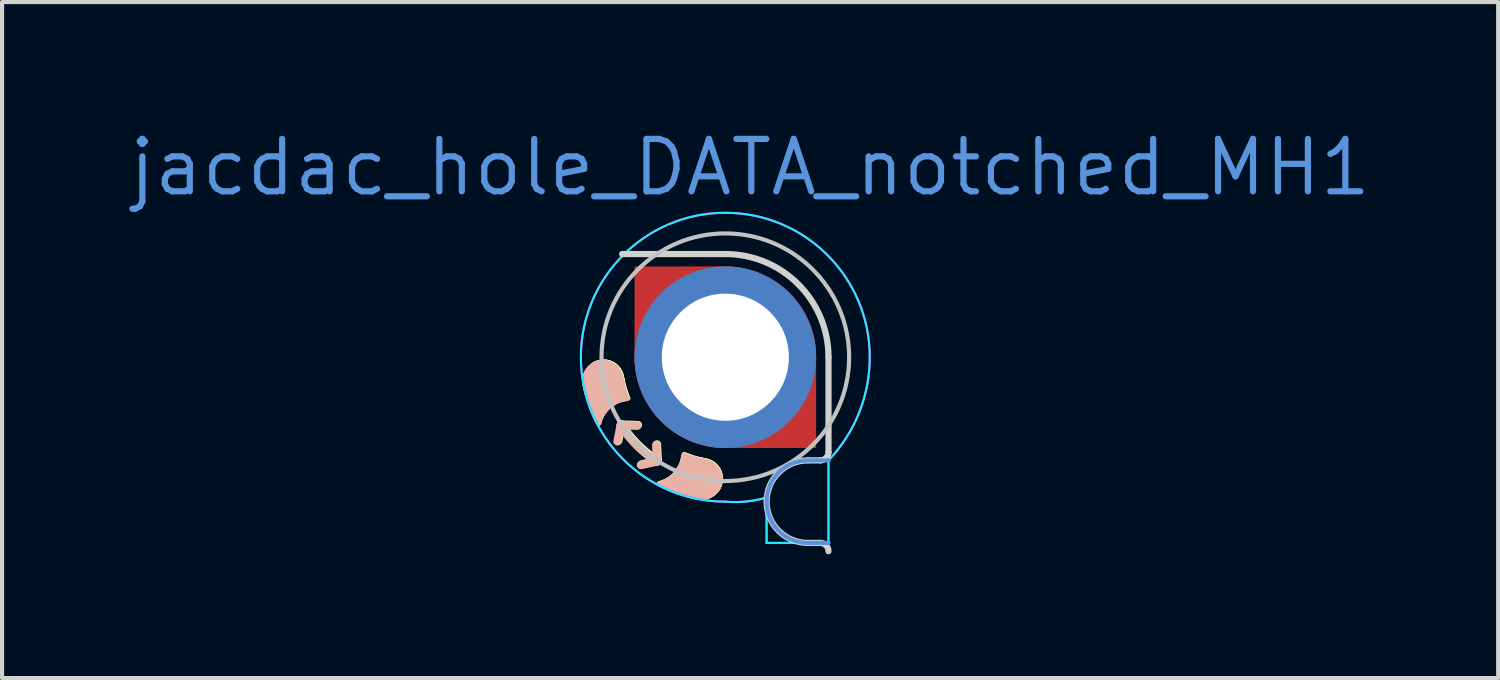
<source format=kicad_pcb>
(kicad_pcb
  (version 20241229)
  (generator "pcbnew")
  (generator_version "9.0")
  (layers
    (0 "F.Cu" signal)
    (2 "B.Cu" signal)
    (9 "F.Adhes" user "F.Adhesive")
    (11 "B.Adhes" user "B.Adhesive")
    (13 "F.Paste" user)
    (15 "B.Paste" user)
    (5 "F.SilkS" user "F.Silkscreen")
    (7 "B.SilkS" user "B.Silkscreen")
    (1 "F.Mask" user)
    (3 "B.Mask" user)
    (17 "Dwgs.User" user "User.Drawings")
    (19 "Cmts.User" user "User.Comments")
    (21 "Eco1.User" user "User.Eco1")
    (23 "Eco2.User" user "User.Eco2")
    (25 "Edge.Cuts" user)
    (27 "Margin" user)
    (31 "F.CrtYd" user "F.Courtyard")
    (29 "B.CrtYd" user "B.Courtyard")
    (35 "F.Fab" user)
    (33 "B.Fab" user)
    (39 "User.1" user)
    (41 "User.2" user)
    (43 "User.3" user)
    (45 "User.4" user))
  (footprint "jacdac_hole_DATA_notched_MH1"
    (layer "F.Cu")
    (at 14.526 5.606)
    (property "Reference" "jacdac_hole_DATA_notched_MH1" (at 0.6 -4.6 0) (layer "Cmts.User") (effects (font (size 1.27 1.27) (thickness 0.15))))
    (attr through_hole)
    (fp_poly (pts (arc (start 2.5 0) (mid 1.767767 -1.767767) (end 0 -2.5)) (xy -2.5 -2.5) (arc (start -2.5 0) (mid -1.767767 1.767767) (end 0 2.5)) (xy 2.5 2.5)) (stroke (width 0) (type solid)) (fill yes) (layer "F.Mask"))
    (fp_circle (center 0 0) (end 2.5 0) (stroke (width 0) (type solid)) (fill yes) (layer "B.Mask"))
    (fp_line (start -3.399 0.554) (end -3.399 0.576) (stroke (width 0.1) (type solid)) (layer "F.SilkS"))
    (fp_line (start -3.399 0.532) (end -3.399 0.554) (stroke (width 0.1) (type solid)) (layer "F.SilkS"))
    (fp_line (start -3.399 0.576) (end -3.397 0.599) (stroke (width 0.1) (type solid)) (layer "F.SilkS"))
    (fp_line (start -3.397 0.51) (end -3.399 0.532) (stroke (width 0.1) (type solid)) (layer "F.SilkS"))
    (fp_line (start -3.397 0.599) (end -3.394 0.622) (stroke (width 0.1) (type solid)) (layer "F.SilkS"))
    (fp_line (start -3.394 0.488) (end -3.397 0.51) (stroke (width 0.1) (type solid)) (layer "F.SilkS"))
    (fp_line (start -3.394 0.622) (end -3.368 0.749) (stroke (width 0.1) (type solid)) (layer "F.SilkS"))
    (fp_line (start -3.394 0.622) (end -3.39 0.644) (stroke (width 0.1) (type solid)) (layer "F.SilkS"))
    (fp_line (start -3.391 0.466) (end -3.394 0.488) (stroke (width 0.1) (type solid)) (layer "F.SilkS"))
    (fp_line (start -3.386 0.445) (end -3.391 0.466) (stroke (width 0.1) (type solid)) (layer "F.SilkS"))
    (fp_line (start -3.38 0.424) (end -3.386 0.445) (stroke (width 0.1) (type solid)) (layer "F.SilkS"))
    (fp_line (start -3.373 0.404) (end -3.38 0.424) (stroke (width 0.1) (type solid)) (layer "F.SilkS"))
    (fp_line (start -3.368 0.749) (end -3.338 0.875) (stroke (width 0.1) (type solid)) (layer "F.SilkS"))
    (fp_line (start -3.366 0.383) (end -3.373 0.404) (stroke (width 0.1) (type solid)) (layer "F.SilkS"))
    (fp_line (start -3.357 0.364) (end -3.366 0.383) (stroke (width 0.1) (type solid)) (layer "F.SilkS"))
    (fp_line (start -3.348 0.344) (end -3.357 0.364) (stroke (width 0.1) (type solid)) (layer "F.SilkS"))
    (fp_line (start -3.338 0.875) (end -3.302 0.999) (stroke (width 0.1) (type solid)) (layer "F.SilkS"))
    (fp_line (start -3.337 0.326) (end -3.348 0.344) (stroke (width 0.1) (type solid)) (layer "F.SilkS"))
    (fp_line (start -3.326 0.307) (end -3.337 0.326) (stroke (width 0.1) (type solid)) (layer "F.SilkS"))
    (fp_line (start -3.314 0.29) (end -3.326 0.307) (stroke (width 0.1) (type solid)) (layer "F.SilkS"))
    (fp_line (start -3.302 0.999) (end -3.263 1.122) (stroke (width 0.1) (type solid)) (layer "F.SilkS"))
    (fp_line (start -3.3 0.272) (end -3.314 0.29) (stroke (width 0.1) (type solid)) (layer "F.SilkS"))
    (fp_line (start -3.287 0.256) (end -3.3 0.272) (stroke (width 0.1) (type solid)) (layer "F.SilkS"))
    (fp_line (start -3.272 0.24) (end -3.287 0.256) (stroke (width 0.1) (type solid)) (layer "F.SilkS"))
    (fp_line (start -3.263 1.122) (end -3.218 1.244) (stroke (width 0.1) (type solid)) (layer "F.SilkS"))
    (fp_line (start -3.257 0.225) (end -3.272 0.24) (stroke (width 0.1) (type solid)) (layer "F.SilkS"))
    (fp_line (start -3.24 0.211) (end -3.257 0.225) (stroke (width 0.1) (type solid)) (layer "F.SilkS"))
    (fp_line (start -3.224 0.197) (end -3.24 0.211) (stroke (width 0.1) (type solid)) (layer "F.SilkS"))
    (fp_line (start -3.218 1.244) (end -3.169 1.363) (stroke (width 0.1) (type solid)) (layer "F.SilkS"))
    (fp_line (start -3.206 0.184) (end -3.224 0.197) (stroke (width 0.1) (type solid)) (layer "F.SilkS"))
    (fp_line (start -3.188 0.172) (end -3.206 0.184) (stroke (width 0.1) (type solid)) (layer "F.SilkS"))
    (fp_line (start -3.169 1.363) (end -3.116 1.481) (stroke (width 0.1) (type solid)) (layer "F.SilkS"))
    (fp_line (start -3.169 0.161) (end -3.188 0.172) (stroke (width 0.1) (type solid)) (layer "F.SilkS"))
    (fp_line (start -3.149 0.15) (end -3.169 0.161) (stroke (width 0.1) (type solid)) (layer "F.SilkS"))
    (fp_line (start -3.129 0.141) (end -3.149 0.15) (stroke (width 0.1) (type solid)) (layer "F.SilkS"))
    (fp_line (start -3.116 1.481) (end -3.058 1.597) (stroke (width 0.1) (type solid)) (layer "F.SilkS"))
    (fp_line (start -3.108 0.133) (end -3.129 0.141) (stroke (width 0.1) (type solid)) (layer "F.SilkS"))
    (fp_line (start -3.087 0.125) (end -3.108 0.133) (stroke (width 0.1) (type solid)) (layer "F.SilkS"))
    (fp_line (start -3.069 1.236) (end -3.069 1.261) (stroke (width 0.33) (type solid)) (layer "F.SilkS"))
    (fp_line (start -3.069 1.261) (end -3.066 1.286) (stroke (width 0.33) (type solid)) (layer "F.SilkS"))
    (fp_line (start -3.069 1.211) (end -3.069 1.236) (stroke (width 0.33) (type solid)) (layer "F.SilkS"))
    (fp_line (start -3.066 1.286) (end -3.062 1.311) (stroke (width 0.33) (type solid)) (layer "F.SilkS"))
    (fp_line (start -3.066 1.186) (end -3.069 1.211) (stroke (width 0.33) (type solid)) (layer "F.SilkS"))
    (fp_line (start -3.065 0.119) (end -3.087 0.125) (stroke (width 0.1) (type solid)) (layer "F.SilkS"))
    (fp_line (start -3.062 1.161) (end -3.066 1.186) (stroke (width 0.33) (type solid)) (layer "F.SilkS"))
    (fp_line (start -3.058 1.597) (end -3.058 1.597) (stroke (width 0.1) (type solid)) (layer "F.SilkS"))
    (fp_line (start -3.058 1.597) (end -3.049 1.566) (stroke (width 0.1) (type solid)) (layer "F.SilkS"))
    (fp_line (start -3.056 1.137) (end -3.062 1.161) (stroke (width 0.33) (type solid)) (layer "F.SilkS"))
    (fp_line (start -3.049 1.566) (end -3.04 1.536) (stroke (width 0.1) (type solid)) (layer "F.SilkS"))
    (fp_line (start -3.048 1.114) (end -3.056 1.137) (stroke (width 0.33) (type solid)) (layer "F.SilkS"))
    (fp_line (start -3.043 0.113) (end -3.065 0.119) (stroke (width 0.1) (type solid)) (layer "F.SilkS"))
    (fp_line (start -3.043 0.113) (end -3.043 0.113) (stroke (width 0.1) (type solid)) (layer "F.SilkS"))
    (fp_line (start -3.04 1.536) (end -3.029 1.506) (stroke (width 0.1) (type solid)) (layer "F.SilkS"))
    (fp_line (start -3.039 1.09) (end -3.048 1.114) (stroke (width 0.33) (type solid)) (layer "F.SilkS"))
    (fp_line (start -3.029 1.506) (end -3.017 1.477) (stroke (width 0.1) (type solid)) (layer "F.SilkS"))
    (fp_line (start -3.029 1.068) (end -3.039 1.09) (stroke (width 0.33) (type solid)) (layer "F.SilkS"))
    (fp_line (start -3.02 0.109) (end -3.043 0.113) (stroke (width 0.1) (type solid)) (layer "F.SilkS"))
    (fp_line (start -3.017 1.477) (end -3.005 1.448) (stroke (width 0.1) (type solid)) (layer "F.SilkS"))
    (fp_line (start -3.017 1.046) (end -3.029 1.068) (stroke (width 0.33) (type solid)) (layer "F.SilkS"))
    (fp_line (start -3.005 1.448) (end -2.991 1.42) (stroke (width 0.1) (type solid)) (layer "F.SilkS"))
    (fp_line (start -3.003 1.025) (end -3.017 1.046) (stroke (width 0.33) (type solid)) (layer "F.SilkS"))
    (fp_line (start -2.997 0.106) (end -3.02 0.109) (stroke (width 0.1) (type solid)) (layer "F.SilkS"))
    (fp_line (start -2.991 1.42) (end -2.976 1.393) (stroke (width 0.1) (type solid)) (layer "F.SilkS"))
    (fp_line (start -2.988 1.005) (end -3.003 1.025) (stroke (width 0.33) (type solid)) (layer "F.SilkS"))
    (fp_line (start -2.976 1.393) (end -2.96 1.367) (stroke (width 0.1) (type solid)) (layer "F.SilkS"))
    (fp_line (start -2.975 0.104) (end -2.997 0.106) (stroke (width 0.1) (type solid)) (layer "F.SilkS"))
    (fp_line (start -2.971 0.986) (end -2.988 1.005) (stroke (width 0.33) (type solid)) (layer "F.SilkS"))
    (fp_line (start -2.96 1.367) (end -2.943 1.341) (stroke (width 0.1) (type solid)) (layer "F.SilkS"))
    (fp_line (start -2.954 0.968) (end -2.971 0.986) (stroke (width 0.33) (type solid)) (layer "F.SilkS"))
    (fp_line (start -2.952 0.104) (end -2.975 0.104) (stroke (width 0.1) (type solid)) (layer "F.SilkS"))
    (fp_line (start -2.947 0.566) (end -2.94 0.603) (stroke (width 1) (type solid)) (layer "F.SilkS"))
    (fp_line (start -2.943 1.341) (end -2.925 1.316) (stroke (width 0.1) (type solid)) (layer "F.SilkS"))
    (fp_line (start -2.94 0.603) (end -2.932 0.639) (stroke (width 1) (type solid)) (layer "F.SilkS"))
    (fp_line (start -2.934 0.951) (end -2.954 0.968) (stroke (width 0.33) (type solid)) (layer "F.SilkS"))
    (fp_line (start -2.934 0.951) (end -2.934 0.951) (stroke (width 0.33) (type solid)) (layer "F.SilkS"))
    (fp_line (start -2.932 0.639) (end -2.924 0.675) (stroke (width 1) (type solid)) (layer "F.SilkS"))
    (fp_line (start -2.93 0.104) (end -2.952 0.104) (stroke (width 0.1) (type solid)) (layer "F.SilkS"))
    (fp_line (start -2.925 1.316) (end -2.907 1.291) (stroke (width 0.1) (type solid)) (layer "F.SilkS"))
    (fp_line (start -2.924 0.675) (end -2.915 0.711) (stroke (width 1) (type solid)) (layer "F.SilkS"))
    (fp_line (start -2.914 0.936) (end -2.934 0.951) (stroke (width 0.33) (type solid)) (layer "F.SilkS"))
    (fp_line (start -2.908 0.105) (end -2.93 0.104) (stroke (width 0.1) (type solid)) (layer "F.SilkS"))
    (fp_line (start -2.907 1.291) (end -2.887 1.268) (stroke (width 0.1) (type solid)) (layer "F.SilkS"))
    (fp_line (start -2.893 0.922) (end -2.914 0.936) (stroke (width 0.33) (type solid)) (layer "F.SilkS"))
    (fp_line (start -2.887 1.268) (end -2.866 1.245) (stroke (width 0.1) (type solid)) (layer "F.SilkS"))
    (fp_line (start -2.886 0.108) (end -2.908 0.105) (stroke (width 0.1) (type solid)) (layer "F.SilkS"))
    (fp_line (start -2.871 0.909) (end -2.893 0.922) (stroke (width 0.33) (type solid)) (layer "F.SilkS"))
    (fp_line (start -2.866 1.245) (end -2.845 1.223) (stroke (width 0.1) (type solid)) (layer "F.SilkS"))
    (fp_line (start -2.865 0.111) (end -2.886 0.108) (stroke (width 0.1) (type solid)) (layer "F.SilkS"))
    (fp_line (start -2.848 0.898) (end -2.871 0.909) (stroke (width 0.33) (type solid)) (layer "F.SilkS"))
    (fp_line (start -2.845 1.223) (end -2.823 1.202) (stroke (width 0.1) (type solid)) (layer "F.SilkS"))
    (fp_line (start -2.843 0.116) (end -2.865 0.111) (stroke (width 0.1) (type solid)) (layer "F.SilkS"))
    (fp_line (start -2.825 0.889) (end -2.848 0.898) (stroke (width 0.33) (type solid)) (layer "F.SilkS"))
    (fp_line (start -2.823 1.202) (end -2.8 1.181) (stroke (width 0.1) (type solid)) (layer "F.SilkS"))
    (fp_line (start -2.822 0.122) (end -2.843 0.116) (stroke (width 0.1) (type solid)) (layer "F.SilkS"))
    (fp_line (start -2.802 0.128) (end -2.822 0.122) (stroke (width 0.1) (type solid)) (layer "F.SilkS"))
    (fp_line (start -2.802 0.881) (end -2.825 0.889) (stroke (width 0.33) (type solid)) (layer "F.SilkS"))
    (fp_line (start -2.8 1.181) (end -2.776 1.162) (stroke (width 0.1) (type solid)) (layer "F.SilkS"))
    (fp_line (start -2.782 0.136) (end -2.802 0.128) (stroke (width 0.1) (type solid)) (layer "F.SilkS"))
    (fp_line (start -2.777 0.875) (end -2.802 0.881) (stroke (width 0.33) (type solid)) (layer "F.SilkS"))
    (fp_line (start -2.776 1.162) (end -2.752 1.144) (stroke (width 0.1) (type solid)) (layer "F.SilkS"))
    (fp_line (start -2.762 0.144) (end -2.782 0.136) (stroke (width 0.1) (type solid)) (layer "F.SilkS"))
    (fp_line (start -2.753 0.871) (end -2.777 0.875) (stroke (width 0.33) (type solid)) (layer "F.SilkS"))
    (fp_line (start -2.752 1.144) (end -2.727 1.126) (stroke (width 0.1) (type solid)) (layer "F.SilkS"))
    (fp_line (start -2.742 0.154) (end -2.762 0.144) (stroke (width 0.1) (type solid)) (layer "F.SilkS"))
    (fp_line (start -2.728 0.868) (end -2.753 0.871) (stroke (width 0.33) (type solid)) (layer "F.SilkS"))
    (fp_line (start -2.727 1.126) (end -2.701 1.109) (stroke (width 0.1) (type solid)) (layer "F.SilkS"))
    (fp_line (start -2.724 0.164) (end -2.742 0.154) (stroke (width 0.1) (type solid)) (layer "F.SilkS"))
    (fp_line (start -2.705 0.175) (end -2.724 0.164) (stroke (width 0.1) (type solid)) (layer "F.SilkS"))
    (fp_line (start -2.704 0.867) (end -2.728 0.868) (stroke (width 0.33) (type solid)) (layer "F.SilkS"))
    (fp_line (start -2.701 1.109) (end -2.675 1.094) (stroke (width 0.1) (type solid)) (layer "F.SilkS"))
    (fp_line (start -2.687 0.187) (end -2.705 0.175) (stroke (width 0.1) (type solid)) (layer "F.SilkS"))
    (fp_line (start -2.679 0.868) (end -2.704 0.867) (stroke (width 0.33) (type solid)) (layer "F.SilkS"))
    (fp_line (start -2.675 1.094) (end -2.648 1.079) (stroke (width 0.1) (type solid)) (layer "F.SilkS"))
    (fp_line (start -2.67 0.2) (end -2.687 0.187) (stroke (width 0.1) (type solid)) (layer "F.SilkS"))
    (fp_line (start -2.654 0.87) (end -2.679 0.868) (stroke (width 0.33) (type solid)) (layer "F.SilkS"))
    (fp_line (start -2.654 0.214) (end -2.67 0.2) (stroke (width 0.1) (type solid)) (layer "F.SilkS"))
    (fp_line (start -2.648 1.079) (end -2.62 1.066) (stroke (width 0.1) (type solid)) (layer "F.SilkS"))
    (fp_line (start -2.638 0.229) (end -2.654 0.214) (stroke (width 0.1) (type solid)) (layer "F.SilkS"))
    (fp_line (start -2.629 0.874) (end -2.654 0.87) (stroke (width 0.33) (type solid)) (layer "F.SilkS"))
    (fp_line (start -2.622 0.244) (end -2.638 0.229) (stroke (width 0.1) (type solid)) (layer "F.SilkS"))
    (fp_line (start -2.62 1.066) (end -2.592 1.053) (stroke (width 0.1) (type solid)) (layer "F.SilkS"))
    (fp_line (start -2.608 0.26) (end -2.622 0.244) (stroke (width 0.1) (type solid)) (layer "F.SilkS"))
    (fp_line (start -2.605 0.879) (end -2.629 0.874) (stroke (width 0.33) (type solid)) (layer "F.SilkS"))
    (fp_line (start -2.594 0.277) (end -2.608 0.26) (stroke (width 0.1) (type solid)) (layer "F.SilkS"))
    (fp_line (start -2.594 2.023) (end -2.518 1.63) (stroke (width 0.2) (type solid)) (layer "F.SilkS"))
    (fp_line (start -2.592 1.053) (end -2.563 1.042) (stroke (width 0.1) (type solid)) (layer "F.SilkS"))
    (fp_line (start -2.581 0.294) (end -2.594 0.277) (stroke (width 0.1) (type solid)) (layer "F.SilkS"))
    (fp_line (start -2.58 0.887) (end -2.605 0.879) (stroke (width 0.33) (type solid)) (layer "F.SilkS"))
    (fp_line (start -2.569 0.312) (end -2.581 0.294) (stroke (width 0.1) (type solid)) (layer "F.SilkS"))
    (fp_line (start -2.563 1.042) (end -2.534 1.031) (stroke (width 0.1) (type solid)) (layer "F.SilkS"))
    (fp_line (start -2.558 0.331) (end -2.569 0.312) (stroke (width 0.1) (type solid)) (layer "F.SilkS"))
    (fp_line (start -2.556 0.896) (end -2.58 0.887) (stroke (width 0.33) (type solid)) (layer "F.SilkS"))
    (fp_line (start -2.547 0.351) (end -2.558 0.331) (stroke (width 0.1) (type solid)) (layer "F.SilkS"))
    (fp_line (start -2.538 0.371) (end -2.547 0.351) (stroke (width 0.1) (type solid)) (layer "F.SilkS"))
    (fp_line (start -2.534 1.031) (end -2.504 1.022) (stroke (width 0.1) (type solid)) (layer "F.SilkS"))
    (fp_line (start -2.529 0.392) (end -2.538 0.371) (stroke (width 0.1) (type solid)) (layer "F.SilkS"))
    (fp_line (start -2.522 0.413) (end -2.529 0.392) (stroke (width 0.1) (type solid)) (layer "F.SilkS"))
    (fp_line (start -2.518 1.63) (end -2.474 1.696) (stroke (width 0.2) (type solid)) (layer "F.SilkS"))
    (fp_line (start -2.518 1.63) (end -2.118 1.644) (stroke (width 0.2) (type solid)) (layer "F.SilkS"))
    (fp_line (start -2.515 0.435) (end -2.522 0.413) (stroke (width 0.1) (type solid)) (layer "F.SilkS"))
    (fp_line (start -2.51 0.457) (end -2.515 0.435) (stroke (width 0.1) (type solid)) (layer "F.SilkS"))
    (fp_line (start -2.51 0.457) (end -2.497 0.523) (stroke (width 0.1) (type solid)) (layer "F.SilkS"))
    (fp_line (start -2.504 1.022) (end -2.474 1.014) (stroke (width 0.1) (type solid)) (layer "F.SilkS"))
    (fp_line (start -2.497 0.523) (end -2.482 0.588) (stroke (width 0.1) (type solid)) (layer "F.SilkS"))
    (fp_line (start -2.482 0.588) (end -2.466 0.653) (stroke (width 0.1) (type solid)) (layer "F.SilkS"))
    (fp_line (start -2.474 1.696) (end -2.428 1.76) (stroke (width 0.2) (type solid)) (layer "F.SilkS"))
    (fp_line (start -2.474 1.014) (end -2.443 1.007) (stroke (width 0.1) (type solid)) (layer "F.SilkS"))
    (fp_line (start -2.466 0.653) (end -2.448 0.717) (stroke (width 0.1) (type solid)) (layer "F.SilkS"))
    (fp_line (start -2.448 0.717) (end -2.428 0.781) (stroke (width 0.1) (type solid)) (layer "F.SilkS"))
    (fp_line (start -2.443 1.007) (end -2.412 1.001) (stroke (width 0.1) (type solid)) (layer "F.SilkS"))
    (fp_line (start -2.428 1.76) (end -2.381 1.823) (stroke (width 0.2) (type solid)) (layer "F.SilkS"))
    (fp_line (start -2.428 0.781) (end -2.406 0.844) (stroke (width 0.1) (type solid)) (layer "F.SilkS"))
    (fp_line (start -2.412 1.001) (end -2.38 0.997) (stroke (width 0.1) (type solid)) (layer "F.SilkS"))
    (fp_line (start -2.406 0.844) (end -2.383 0.907) (stroke (width 0.1) (type solid)) (layer "F.SilkS"))
    (fp_line (start -2.383 0.907) (end -2.359 0.969) (stroke (width 0.1) (type solid)) (layer "F.SilkS"))
    (fp_line (start -2.381 1.823) (end -2.333 1.885) (stroke (width 0.2) (type solid)) (layer "F.SilkS"))
    (fp_line (start -2.38 0.997) (end -2.349 0.993) (stroke (width 0.1) (type solid)) (layer "F.SilkS"))
    (fp_line (start -2.333 1.885) (end -2.283 1.945) (stroke (width 0.2) (type solid)) (layer "F.SilkS"))
    (fp_line (start -2.283 1.945) (end -2.231 2.004) (stroke (width 0.2) (type solid)) (layer "F.SilkS"))
    (fp_line (start -2.231 2.004) (end -2.178 2.061) (stroke (width 0.2) (type solid)) (layer "F.SilkS"))
    (fp_line (start -2.178 2.061) (end -2.123 2.118) (stroke (width 0.2) (type solid)) (layer "F.SilkS"))
    (fp_line (start -2.123 2.118) (end -2.067 2.172) (stroke (width 0.2) (type solid)) (layer "F.SilkS"))
    (fp_line (start -2.067 2.172) (end -2.009 2.226) (stroke (width 0.2) (type solid)) (layer "F.SilkS"))
    (fp_line (start -2.009 2.226) (end -1.95 2.277) (stroke (width 0.2) (type solid)) (layer "F.SilkS"))
    (fp_line (start -1.95 2.277) (end -1.89 2.327) (stroke (width 0.2) (type solid)) (layer "F.SilkS"))
    (fp_line (start -1.89 2.327) (end -1.828 2.376) (stroke (width 0.2) (type solid)) (layer "F.SilkS"))
    (fp_line (start -1.828 2.376) (end -1.765 2.423) (stroke (width 0.2) (type solid)) (layer "F.SilkS"))
    (fp_line (start -1.765 2.423) (end -1.701 2.469) (stroke (width 0.2) (type solid)) (layer "F.SilkS"))
    (fp_line (start -1.701 2.469) (end -1.635 2.512) (stroke (width 0.2) (type solid)) (layer "F.SilkS"))
    (fp_line (start -1.635 2.512) (end -2.027 2.596) (stroke (width 0.2) (type solid)) (layer "F.SilkS"))
    (fp_line (start -1.635 2.512) (end -1.656 2.113) (stroke (width 0.2) (type solid)) (layer "F.SilkS"))
    (fp_line (start -1.602 3.053) (end -1.571 3.044) (stroke (width 0.1) (type solid)) (layer "F.SilkS"))
    (fp_line (start -1.602 3.053) (end -1.486 3.11) (stroke (width 0.1) (type solid)) (layer "F.SilkS"))
    (fp_line (start -1.571 3.044) (end -1.541 3.035) (stroke (width 0.1) (type solid)) (layer "F.SilkS"))
    (fp_line (start -1.541 3.035) (end -1.511 3.024) (stroke (width 0.1) (type solid)) (layer "F.SilkS"))
    (fp_line (start -1.511 3.024) (end -1.482 3.012) (stroke (width 0.1) (type solid)) (layer "F.SilkS"))
    (fp_line (start -1.486 3.11) (end -1.369 3.164) (stroke (width 0.1) (type solid)) (layer "F.SilkS"))
    (fp_line (start -1.482 3.012) (end -1.454 2.999) (stroke (width 0.1) (type solid)) (layer "F.SilkS"))
    (fp_line (start -1.454 2.999) (end -1.426 2.986) (stroke (width 0.1) (type solid)) (layer "F.SilkS"))
    (fp_line (start -1.426 2.986) (end -1.398 2.971) (stroke (width 0.1) (type solid)) (layer "F.SilkS"))
    (fp_line (start -1.398 2.971) (end -1.372 2.955) (stroke (width 0.1) (type solid)) (layer "F.SilkS"))
    (fp_line (start -1.372 2.955) (end -1.346 2.938) (stroke (width 0.1) (type solid)) (layer "F.SilkS"))
    (fp_line (start -1.369 3.164) (end -1.249 3.213) (stroke (width 0.1) (type solid)) (layer "F.SilkS"))
    (fp_line (start -1.346 2.938) (end -1.321 2.92) (stroke (width 0.1) (type solid)) (layer "F.SilkS"))
    (fp_line (start -1.321 2.92) (end -1.296 2.901) (stroke (width 0.1) (type solid)) (layer "F.SilkS"))
    (fp_line (start -1.317 3.057) (end -1.291 3.061) (stroke (width 0.33) (type solid)) (layer "F.SilkS"))
    (fp_line (start -1.296 2.901) (end -1.273 2.882) (stroke (width 0.1) (type solid)) (layer "F.SilkS"))
    (fp_line (start -1.291 3.061) (end -1.266 3.064) (stroke (width 0.33) (type solid)) (layer "F.SilkS"))
    (fp_line (start -1.273 2.882) (end -1.25 2.861) (stroke (width 0.1) (type solid)) (layer "F.SilkS"))
    (fp_line (start -1.266 3.064) (end -1.241 3.064) (stroke (width 0.33) (type solid)) (layer "F.SilkS"))
    (fp_line (start -1.25 2.861) (end -1.228 2.84) (stroke (width 0.1) (type solid)) (layer "F.SilkS"))
    (fp_line (start -1.249 3.213) (end -1.128 3.257) (stroke (width 0.1) (type solid)) (layer "F.SilkS"))
    (fp_line (start -1.241 3.064) (end -1.216 3.063) (stroke (width 0.33) (type solid)) (layer "F.SilkS"))
    (fp_line (start -1.228 2.84) (end -1.207 2.818) (stroke (width 0.1) (type solid)) (layer "F.SilkS"))
    (fp_line (start -1.216 3.063) (end -1.191 3.061) (stroke (width 0.33) (type solid)) (layer "F.SilkS"))
    (fp_line (start -1.207 2.818) (end -1.187 2.795) (stroke (width 0.1) (type solid)) (layer "F.SilkS"))
    (fp_line (start -1.191 3.061) (end -1.167 3.056) (stroke (width 0.33) (type solid)) (layer "F.SilkS"))
    (fp_line (start -1.187 2.795) (end -1.167 2.771) (stroke (width 0.1) (type solid)) (layer "F.SilkS"))
    (fp_line (start -1.167 2.771) (end -1.149 2.747) (stroke (width 0.1) (type solid)) (layer "F.SilkS"))
    (fp_line (start -1.167 3.056) (end -1.142 3.051) (stroke (width 0.33) (type solid)) (layer "F.SilkS"))
    (fp_line (start -1.149 2.747) (end -1.131 2.722) (stroke (width 0.1) (type solid)) (layer "F.SilkS"))
    (fp_line (start -1.142 3.051) (end -1.119 3.043) (stroke (width 0.33) (type solid)) (layer "F.SilkS"))
    (fp_line (start -1.131 2.722) (end -1.115 2.696) (stroke (width 0.1) (type solid)) (layer "F.SilkS"))
    (fp_line (start -1.128 3.257) (end -1.005 3.297) (stroke (width 0.1) (type solid)) (layer "F.SilkS"))
    (fp_line (start -1.119 3.043) (end -1.096 3.034) (stroke (width 0.33) (type solid)) (layer "F.SilkS"))
    (fp_line (start -1.115 2.696) (end -1.099 2.669) (stroke (width 0.1) (type solid)) (layer "F.SilkS"))
    (fp_line (start -1.099 2.669) (end -1.084 2.642) (stroke (width 0.1) (type solid)) (layer "F.SilkS"))
    (fp_line (start -1.096 3.034) (end -1.073 3.023) (stroke (width 0.33) (type solid)) (layer "F.SilkS"))
    (fp_line (start -1.084 2.642) (end -1.071 2.615) (stroke (width 0.1) (type solid)) (layer "F.SilkS"))
    (fp_line (start -1.073 3.023) (end -1.051 3.011) (stroke (width 0.33) (type solid)) (layer "F.SilkS"))
    (fp_line (start -1.071 2.615) (end -1.058 2.586) (stroke (width 0.1) (type solid)) (layer "F.SilkS"))
    (fp_line (start -1.058 2.586) (end -1.047 2.558) (stroke (width 0.1) (type solid)) (layer "F.SilkS"))
    (fp_line (start -1.051 3.011) (end -1.031 2.998) (stroke (width 0.33) (type solid)) (layer "F.SilkS"))
    (fp_line (start -1.047 2.558) (end -1.037 2.528) (stroke (width 0.1) (type solid)) (layer "F.SilkS"))
    (fp_line (start -1.037 2.528) (end -1.027 2.499) (stroke (width 0.1) (type solid)) (layer "F.SilkS"))
    (fp_line (start -1.031 2.998) (end -1.01 2.983) (stroke (width 0.33) (type solid)) (layer "F.SilkS"))
    (fp_line (start -1.027 2.499) (end -1.019 2.468) (stroke (width 0.1) (type solid)) (layer "F.SilkS"))
    (fp_line (start -1.019 2.468) (end -1.012 2.438) (stroke (width 0.1) (type solid)) (layer "F.SilkS"))
    (fp_line (start -1.012 2.438) (end -1.006 2.407) (stroke (width 0.1) (type solid)) (layer "F.SilkS"))
    (fp_line (start -1.01 2.983) (end -0.991 2.966) (stroke (width 0.33) (type solid)) (layer "F.SilkS"))
    (fp_line (start -1.006 2.407) (end -1.002 2.375) (stroke (width 0.1) (type solid)) (layer "F.SilkS"))
    (fp_line (start -1.005 3.297) (end -0.88 3.333) (stroke (width 0.1) (type solid)) (layer "F.SilkS"))
    (fp_line (start -1.002 2.375) (end -0.999 2.343) (stroke (width 0.1) (type solid)) (layer "F.SilkS"))
    (fp_line (start -0.991 2.966) (end -0.973 2.948) (stroke (width 0.33) (type solid)) (layer "F.SilkS"))
    (fp_line (start -0.974 2.353) (end -0.912 2.378) (stroke (width 0.1) (type solid)) (layer "F.SilkS"))
    (fp_line (start -0.973 2.948) (end -0.956 2.929) (stroke (width 0.33) (type solid)) (layer "F.SilkS"))
    (fp_line (start -0.956 2.929) (end -0.956 2.929) (stroke (width 0.33) (type solid)) (layer "F.SilkS"))
    (fp_line (start -0.956 2.929) (end -0.941 2.909) (stroke (width 0.33) (type solid)) (layer "F.SilkS"))
    (fp_line (start -0.941 2.909) (end -0.927 2.888) (stroke (width 0.33) (type solid)) (layer "F.SilkS"))
    (fp_line (start -0.927 2.888) (end -0.914 2.866) (stroke (width 0.33) (type solid)) (layer "F.SilkS"))
    (fp_line (start -0.914 2.866) (end -0.903 2.843) (stroke (width 0.33) (type solid)) (layer "F.SilkS"))
    (fp_line (start -0.912 2.378) (end -0.849 2.401) (stroke (width 0.1) (type solid)) (layer "F.SilkS"))
    (fp_line (start -0.903 2.843) (end -0.894 2.82) (stroke (width 0.33) (type solid)) (layer "F.SilkS"))
    (fp_line (start -0.894 2.82) (end -0.887 2.796) (stroke (width 0.33) (type solid)) (layer "F.SilkS"))
    (fp_line (start -0.892 2.575) (end -0.901 2.551) (stroke (width 0.33) (type solid)) (layer "F.SilkS"))
    (fp_line (start -0.887 2.796) (end -0.881 2.772) (stroke (width 0.33) (type solid)) (layer "F.SilkS"))
    (fp_line (start -0.885 2.599) (end -0.892 2.575) (stroke (width 0.33) (type solid)) (layer "F.SilkS"))
    (fp_line (start -0.881 2.772) (end -0.876 2.748) (stroke (width 0.33) (type solid)) (layer "F.SilkS"))
    (fp_line (start -0.88 3.333) (end -0.754 3.363) (stroke (width 0.1) (type solid)) (layer "F.SilkS"))
    (fp_line (start -0.879 2.624) (end -0.885 2.599) (stroke (width 0.33) (type solid)) (layer "F.SilkS"))
    (fp_line (start -0.876 2.748) (end -0.873 2.723) (stroke (width 0.33) (type solid)) (layer "F.SilkS"))
    (fp_line (start -0.875 2.649) (end -0.879 2.624) (stroke (width 0.33) (type solid)) (layer "F.SilkS"))
    (fp_line (start -0.873 2.723) (end -0.872 2.698) (stroke (width 0.33) (type solid)) (layer "F.SilkS"))
    (fp_line (start -0.873 2.674) (end -0.875 2.649) (stroke (width 0.33) (type solid)) (layer "F.SilkS"))
    (fp_line (start -0.872 2.698) (end -0.873 2.674) (stroke (width 0.33) (type solid)) (layer "F.SilkS"))
    (fp_line (start -0.849 2.401) (end -0.786 2.423) (stroke (width 0.1) (type solid)) (layer "F.SilkS"))
    (fp_line (start -0.786 2.423) (end -0.722 2.442) (stroke (width 0.1) (type solid)) (layer "F.SilkS"))
    (fp_line (start -0.754 3.363) (end -0.628 3.389) (stroke (width 0.1) (type solid)) (layer "F.SilkS"))
    (fp_line (start -0.722 2.442) (end -0.658 2.46) (stroke (width 0.1) (type solid)) (layer "F.SilkS"))
    (fp_line (start -0.716 2.91) (end -0.68 2.919) (stroke (width 1) (type solid)) (layer "F.SilkS"))
    (fp_line (start -0.68 2.919) (end -0.644 2.927) (stroke (width 1) (type solid)) (layer "F.SilkS"))
    (fp_line (start -0.658 2.46) (end -0.593 2.477) (stroke (width 0.1) (type solid)) (layer "F.SilkS"))
    (fp_line (start -0.644 2.927) (end -0.608 2.934) (stroke (width 1) (type solid)) (layer "F.SilkS"))
    (fp_line (start -0.62 3.39) (end -0.649 3.385) (stroke (width 0.1) (type solid)) (layer "F.SilkS"))
    (fp_line (start -0.608 2.934) (end -0.571 2.942) (stroke (width 1) (type solid)) (layer "F.SilkS"))
    (fp_line (start -0.593 2.477) (end -0.528 2.491) (stroke (width 0.1) (type solid)) (layer "F.SilkS"))
    (fp_line (start -0.59 3.393) (end -0.62 3.39) (stroke (width 0.1) (type solid)) (layer "F.SilkS"))
    (fp_line (start -0.561 3.395) (end -0.59 3.393) (stroke (width 0.1) (type solid)) (layer "F.SilkS"))
    (fp_line (start -0.531 3.394) (end -0.561 3.395) (stroke (width 0.1) (type solid)) (layer "F.SilkS"))
    (fp_line (start -0.528 2.491) (end -0.462 2.504) (stroke (width 0.1) (type solid)) (layer "F.SilkS"))
    (fp_line (start -0.502 3.391) (end -0.531 3.394) (stroke (width 0.1) (type solid)) (layer "F.SilkS"))
    (fp_line (start -0.473 3.387) (end -0.502 3.391) (stroke (width 0.1) (type solid)) (layer "F.SilkS"))
    (fp_line (start -0.462 2.504) (end -0.462 2.504) (stroke (width 0.1) (type solid)) (layer "F.SilkS"))
    (fp_line (start -0.462 2.504) (end -0.433 2.512) (stroke (width 0.1) (type solid)) (layer "F.SilkS"))
    (fp_line (start -0.445 3.381) (end -0.473 3.387) (stroke (width 0.1) (type solid)) (layer "F.SilkS"))
    (fp_line (start -0.433 2.512) (end -0.405 2.521) (stroke (width 0.1) (type solid)) (layer "F.SilkS"))
    (fp_line (start -0.417 3.373) (end -0.445 3.381) (stroke (width 0.1) (type solid)) (layer "F.SilkS"))
    (fp_line (start -0.405 2.521) (end -0.377 2.531) (stroke (width 0.1) (type solid)) (layer "F.SilkS"))
    (fp_line (start -0.389 3.363) (end -0.417 3.373) (stroke (width 0.1) (type solid)) (layer "F.SilkS"))
    (fp_line (start -0.377 2.531) (end -0.351 2.544) (stroke (width 0.1) (type solid)) (layer "F.SilkS"))
    (fp_line (start -0.363 3.351) (end -0.389 3.363) (stroke (width 0.1) (type solid)) (layer "F.SilkS"))
    (fp_line (start -0.351 2.544) (end -0.325 2.558) (stroke (width 0.1) (type solid)) (layer "F.SilkS"))
    (fp_line (start -0.337 3.338) (end -0.363 3.351) (stroke (width 0.1) (type solid)) (layer "F.SilkS"))
    (fp_line (start -0.325 2.558) (end -0.3 2.574) (stroke (width 0.1) (type solid)) (layer "F.SilkS"))
    (fp_line (start -0.312 3.323) (end -0.337 3.338) (stroke (width 0.1) (type solid)) (layer "F.SilkS"))
    (fp_line (start -0.3 2.574) (end -0.277 2.591) (stroke (width 0.1) (type solid)) (layer "F.SilkS"))
    (fp_line (start -0.287 3.306) (end -0.312 3.323) (stroke (width 0.1) (type solid)) (layer "F.SilkS"))
    (fp_line (start -0.277 2.591) (end -0.255 2.61) (stroke (width 0.1) (type solid)) (layer "F.SilkS"))
    (fp_line (start -0.264 3.287) (end -0.287 3.306) (stroke (width 0.1) (type solid)) (layer "F.SilkS"))
    (fp_line (start -0.255 2.61) (end -0.234 2.63) (stroke (width 0.1) (type solid)) (layer "F.SilkS"))
    (fp_line (start -0.242 3.267) (end -0.264 3.287) (stroke (width 0.1) (type solid)) (layer "F.SilkS"))
    (fp_line (start -0.234 2.63) (end -0.214 2.652) (stroke (width 0.1) (type solid)) (layer "F.SilkS"))
    (fp_line (start -0.221 3.246) (end -0.242 3.267) (stroke (width 0.1) (type solid)) (layer "F.SilkS"))
    (fp_line (start -0.221 3.246) (end -0.221 3.246) (stroke (width 0.1) (type solid)) (layer "F.SilkS"))
    (fp_line (start -0.214 2.652) (end -0.196 2.675) (stroke (width 0.1) (type solid)) (layer "F.SilkS"))
    (fp_line (start -0.202 3.223) (end -0.221 3.246) (stroke (width 0.1) (type solid)) (layer "F.SilkS"))
    (fp_line (start -0.196 2.675) (end -0.179 2.699) (stroke (width 0.1) (type solid)) (layer "F.SilkS"))
    (fp_line (start -0.184 3.199) (end -0.202 3.223) (stroke (width 0.1) (type solid)) (layer "F.SilkS"))
    (fp_line (start -0.179 2.699) (end -0.164 2.724) (stroke (width 0.1) (type solid)) (layer "F.SilkS"))
    (fp_line (start -0.169 3.174) (end -0.184 3.199) (stroke (width 0.1) (type solid)) (layer "F.SilkS"))
    (fp_line (start -0.164 2.724) (end -0.15 2.75) (stroke (width 0.1) (type solid)) (layer "F.SilkS"))
    (fp_line (start -0.154 3.148) (end -0.169 3.174) (stroke (width 0.1) (type solid)) (layer "F.SilkS"))
    (fp_line (start -0.15 2.75) (end -0.138 2.777) (stroke (width 0.1) (type solid)) (layer "F.SilkS"))
    (fp_line (start -0.142 3.121) (end -0.154 3.148) (stroke (width 0.1) (type solid)) (layer "F.SilkS"))
    (fp_line (start -0.138 2.777) (end -0.128 2.805) (stroke (width 0.1) (type solid)) (layer "F.SilkS"))
    (fp_line (start -0.131 3.094) (end -0.142 3.121) (stroke (width 0.1) (type solid)) (layer "F.SilkS"))
    (fp_line (start -0.128 2.805) (end -0.128 2.805) (stroke (width 0.1) (type solid)) (layer "F.SilkS"))
    (fp_line (start -0.128 2.805) (end -0.12 2.834) (stroke (width 0.1) (type solid)) (layer "F.SilkS"))
    (fp_line (start -0.123 3.066) (end -0.131 3.094) (stroke (width 0.1) (type solid)) (layer "F.SilkS"))
    (fp_line (start -0.12 2.834) (end -0.113 2.863) (stroke (width 0.1) (type solid)) (layer "F.SilkS"))
    (fp_line (start -0.116 3.038) (end -0.123 3.066) (stroke (width 0.1) (type solid)) (layer "F.SilkS"))
    (fp_line (start -0.113 2.863) (end -0.109 2.893) (stroke (width 0.1) (type solid)) (layer "F.SilkS"))
    (fp_line (start -0.111 3.009) (end -0.116 3.038) (stroke (width 0.1) (type solid)) (layer "F.SilkS"))
    (fp_line (start -0.109 2.893) (end -0.106 2.922) (stroke (width 0.1) (type solid)) (layer "F.SilkS"))
    (fp_line (start -0.107 2.98) (end -0.111 3.009) (stroke (width 0.1) (type solid)) (layer "F.SilkS"))
    (fp_line (start -0.106 2.922) (end -0.106 2.951) (stroke (width 0.1) (type solid)) (layer "F.SilkS"))
    (fp_line (start -0.106 2.951) (end -0.107 2.98) (stroke (width 0.1) (type solid)) (layer "F.SilkS"))
    (fp_line (start -3.419 0.571) (end -3.418 0.594) (stroke (width 0.1) (type solid)) (layer "B.SilkS"))
    (fp_line (start -3.419 0.549) (end -3.419 0.571) (stroke (width 0.1) (type solid)) (layer "B.SilkS"))
    (fp_line (start -3.418 0.594) (end -3.417 0.616) (stroke (width 0.1) (type solid)) (layer "B.SilkS"))
    (fp_line (start -3.417 0.527) (end -3.419 0.549) (stroke (width 0.1) (type solid)) (layer "B.SilkS"))
    (fp_line (start -3.417 0.616) (end -3.414 0.639) (stroke (width 0.1) (type solid)) (layer "B.SilkS"))
    (fp_line (start -3.414 0.505) (end -3.417 0.527) (stroke (width 0.1) (type solid)) (layer "B.SilkS"))
    (fp_line (start -3.414 0.64) (end -3.388 0.767) (stroke (width 0.1) (type solid)) (layer "B.SilkS"))
    (fp_line (start -3.414 0.639) (end -3.41 0.662) (stroke (width 0.1) (type solid)) (layer "B.SilkS"))
    (fp_line (start -3.411 0.484) (end -3.414 0.505) (stroke (width 0.1) (type solid)) (layer "B.SilkS"))
    (fp_line (start -3.406 0.462) (end -3.411 0.484) (stroke (width 0.1) (type solid)) (layer "B.SilkS"))
    (fp_line (start -3.4 0.442) (end -3.406 0.462) (stroke (width 0.1) (type solid)) (layer "B.SilkS"))
    (fp_line (start -3.393 0.421) (end -3.4 0.442) (stroke (width 0.1) (type solid)) (layer "B.SilkS"))
    (fp_line (start -3.388 0.767) (end -3.358 0.892) (stroke (width 0.1) (type solid)) (layer "B.SilkS"))
    (fp_line (start -3.386 0.401) (end -3.393 0.421) (stroke (width 0.1) (type solid)) (layer "B.SilkS"))
    (fp_line (start -3.377 0.381) (end -3.386 0.401) (stroke (width 0.1) (type solid)) (layer "B.SilkS"))
    (fp_line (start -3.367 0.362) (end -3.377 0.381) (stroke (width 0.1) (type solid)) (layer "B.SilkS"))
    (fp_line (start -3.358 0.892) (end -3.322 1.017) (stroke (width 0.1) (type solid)) (layer "B.SilkS"))
    (fp_line (start -3.357 0.343) (end -3.367 0.362) (stroke (width 0.1) (type solid)) (layer "B.SilkS"))
    (fp_line (start -3.346 0.325) (end -3.357 0.343) (stroke (width 0.1) (type solid)) (layer "B.SilkS"))
    (fp_line (start -3.333 0.307) (end -3.346 0.325) (stroke (width 0.1) (type solid)) (layer "B.SilkS"))
    (fp_line (start -3.322 1.017) (end -3.282 1.14) (stroke (width 0.1) (type solid)) (layer "B.SilkS"))
    (fp_line (start -3.32 0.29) (end -3.333 0.307) (stroke (width 0.1) (type solid)) (layer "B.SilkS"))
    (fp_line (start -3.306 0.273) (end -3.32 0.29) (stroke (width 0.1) (type solid)) (layer "B.SilkS"))
    (fp_line (start -3.292 0.258) (end -3.306 0.273) (stroke (width 0.1) (type solid)) (layer "B.SilkS"))
    (fp_line (start -3.282 1.14) (end -3.238 1.261) (stroke (width 0.1) (type solid)) (layer "B.SilkS"))
    (fp_line (start -3.276 0.242) (end -3.292 0.258) (stroke (width 0.1) (type solid)) (layer "B.SilkS"))
    (fp_line (start -3.26 0.228) (end -3.276 0.242) (stroke (width 0.1) (type solid)) (layer "B.SilkS"))
    (fp_line (start -3.243 0.214) (end -3.26 0.228) (stroke (width 0.1) (type solid)) (layer "B.SilkS"))
    (fp_line (start -3.238 1.261) (end -3.189 1.381) (stroke (width 0.1) (type solid)) (layer "B.SilkS"))
    (fp_line (start -3.226 0.201) (end -3.243 0.214) (stroke (width 0.1) (type solid)) (layer "B.SilkS"))
    (fp_line (start -3.208 0.189) (end -3.226 0.201) (stroke (width 0.1) (type solid)) (layer "B.SilkS"))
    (fp_line (start -3.189 1.381) (end -3.135 1.499) (stroke (width 0.1) (type solid)) (layer "B.SilkS"))
    (fp_line (start -3.189 0.178) (end -3.208 0.189) (stroke (width 0.1) (type solid)) (layer "B.SilkS"))
    (fp_line (start -3.169 0.168) (end -3.189 0.178) (stroke (width 0.1) (type solid)) (layer "B.SilkS"))
    (fp_line (start -3.149 0.159) (end -3.169 0.168) (stroke (width 0.1) (type solid)) (layer "B.SilkS"))
    (fp_line (start -3.135 1.499) (end -3.078 1.614) (stroke (width 0.1) (type solid)) (layer "B.SilkS"))
    (fp_line (start -3.128 0.15) (end -3.149 0.159) (stroke (width 0.1) (type solid)) (layer "B.SilkS"))
    (fp_line (start -3.107 0.143) (end -3.128 0.15) (stroke (width 0.1) (type solid)) (layer "B.SilkS"))
    (fp_line (start -3.089 1.253) (end -3.089 1.278) (stroke (width 0.33) (type solid)) (layer "B.SilkS"))
    (fp_line (start -3.089 1.278) (end -3.086 1.304) (stroke (width 0.33) (type solid)) (layer "B.SilkS"))
    (fp_line (start -3.088 1.228) (end -3.089 1.253) (stroke (width 0.33) (type solid)) (layer "B.SilkS"))
    (fp_line (start -3.086 1.304) (end -3.082 1.329) (stroke (width 0.33) (type solid)) (layer "B.SilkS"))
    (fp_line (start -3.086 1.203) (end -3.088 1.228) (stroke (width 0.33) (type solid)) (layer "B.SilkS"))
    (fp_line (start -3.085 0.136) (end -3.107 0.143) (stroke (width 0.1) (type solid)) (layer "B.SilkS"))
    (fp_line (start -3.081 1.179) (end -3.086 1.203) (stroke (width 0.33) (type solid)) (layer "B.SilkS"))
    (fp_line (start -3.078 1.614) (end -3.078 1.614) (stroke (width 0.1) (type solid)) (layer "B.SilkS"))
    (fp_line (start -3.078 1.614) (end -3.069 1.584) (stroke (width 0.1) (type solid)) (layer "B.SilkS"))
    (fp_line (start -3.076 1.155) (end -3.081 1.179) (stroke (width 0.33) (type solid)) (layer "B.SilkS"))
    (fp_line (start -3.069 1.584) (end -3.06 1.553) (stroke (width 0.1) (type solid)) (layer "B.SilkS"))
    (fp_line (start -3.068 1.131) (end -3.076 1.155) (stroke (width 0.33) (type solid)) (layer "B.SilkS"))
    (fp_line (start -3.062 0.131) (end -3.085 0.136) (stroke (width 0.1) (type solid)) (layer "B.SilkS"))
    (fp_line (start -3.062 0.131) (end -3.062 0.131) (stroke (width 0.1) (type solid)) (layer "B.SilkS"))
    (fp_line (start -3.06 1.553) (end -3.049 1.524) (stroke (width 0.1) (type solid)) (layer "B.SilkS"))
    (fp_line (start -3.059 1.108) (end -3.068 1.131) (stroke (width 0.33) (type solid)) (layer "B.SilkS"))
    (fp_line (start -3.049 1.524) (end -3.037 1.494) (stroke (width 0.1) (type solid)) (layer "B.SilkS"))
    (fp_line (start -3.048 1.085) (end -3.059 1.108) (stroke (width 0.33) (type solid)) (layer "B.SilkS"))
    (fp_line (start -3.04 0.127) (end -3.062 0.131) (stroke (width 0.1) (type solid)) (layer "B.SilkS"))
    (fp_line (start -3.037 1.494) (end -3.024 1.466) (stroke (width 0.1) (type solid)) (layer "B.SilkS"))
    (fp_line (start -3.036 1.064) (end -3.048 1.085) (stroke (width 0.33) (type solid)) (layer "B.SilkS"))
    (fp_line (start -3.024 1.466) (end -3.011 1.438) (stroke (width 0.1) (type solid)) (layer "B.SilkS"))
    (fp_line (start -3.023 1.043) (end -3.036 1.064) (stroke (width 0.33) (type solid)) (layer "B.SilkS"))
    (fp_line (start -3.017 0.124) (end -3.04 0.127) (stroke (width 0.1) (type solid)) (layer "B.SilkS"))
    (fp_line (start -3.011 1.438) (end -2.996 1.411) (stroke (width 0.1) (type solid)) (layer "B.SilkS"))
    (fp_line (start -3.008 1.023) (end -3.023 1.043) (stroke (width 0.33) (type solid)) (layer "B.SilkS"))
    (fp_line (start -2.996 1.411) (end -2.98 1.384) (stroke (width 0.1) (type solid)) (layer "B.SilkS"))
    (fp_line (start -2.995 0.122) (end -3.017 0.124) (stroke (width 0.1) (type solid)) (layer "B.SilkS"))
    (fp_line (start -2.991 1.004) (end -3.008 1.023) (stroke (width 0.33) (type solid)) (layer "B.SilkS"))
    (fp_line (start -2.98 1.384) (end -2.963 1.358) (stroke (width 0.1) (type solid)) (layer "B.SilkS"))
    (fp_line (start -2.973 0.986) (end -2.991 1.004) (stroke (width 0.33) (type solid)) (layer "B.SilkS"))
    (fp_line (start -2.972 0.121) (end -2.995 0.122) (stroke (width 0.1) (type solid)) (layer "B.SilkS"))
    (fp_line (start -2.967 0.584) (end -2.96 0.62) (stroke (width 1) (type solid)) (layer "B.SilkS"))
    (fp_line (start -2.963 1.358) (end -2.945 1.333) (stroke (width 0.1) (type solid)) (layer "B.SilkS"))
    (fp_line (start -2.96 0.62) (end -2.952 0.656) (stroke (width 1) (type solid)) (layer "B.SilkS"))
    (fp_line (start -2.954 0.969) (end -2.973 0.986) (stroke (width 0.33) (type solid)) (layer "B.SilkS"))
    (fp_line (start -2.954 0.969) (end -2.954 0.969) (stroke (width 0.33) (type solid)) (layer "B.SilkS"))
    (fp_line (start -2.952 0.656) (end -2.944 0.692) (stroke (width 1) (type solid)) (layer "B.SilkS"))
    (fp_line (start -2.95 0.121) (end -2.972 0.121) (stroke (width 0.1) (type solid)) (layer "B.SilkS"))
    (fp_line (start -2.945 1.333) (end -2.926 1.309) (stroke (width 0.1) (type solid)) (layer "B.SilkS"))
    (fp_line (start -2.944 0.692) (end -2.935 0.728) (stroke (width 1) (type solid)) (layer "B.SilkS"))
    (fp_line (start -2.934 0.953) (end -2.954 0.969) (stroke (width 0.33) (type solid)) (layer "B.SilkS"))
    (fp_line (start -2.928 0.123) (end -2.95 0.121) (stroke (width 0.1) (type solid)) (layer "B.SilkS"))
    (fp_line (start -2.926 1.309) (end -2.907 1.285) (stroke (width 0.1) (type solid)) (layer "B.SilkS"))
    (fp_line (start -2.913 0.939) (end -2.934 0.953) (stroke (width 0.33) (type solid)) (layer "B.SilkS"))
    (fp_line (start -2.907 1.285) (end -2.886 1.262) (stroke (width 0.1) (type solid)) (layer "B.SilkS"))
    (fp_line (start -2.906 0.125) (end -2.928 0.123) (stroke (width 0.1) (type solid)) (layer "B.SilkS"))
    (fp_line (start -2.891 0.927) (end -2.913 0.939) (stroke (width 0.33) (type solid)) (layer "B.SilkS"))
    (fp_line (start -2.886 1.262) (end -2.865 1.24) (stroke (width 0.1) (type solid)) (layer "B.SilkS"))
    (fp_line (start -2.885 0.129) (end -2.906 0.125) (stroke (width 0.1) (type solid)) (layer "B.SilkS"))
    (fp_line (start -2.868 0.916) (end -2.891 0.927) (stroke (width 0.33) (type solid)) (layer "B.SilkS"))
    (fp_line (start -2.865 1.24) (end -2.843 1.219) (stroke (width 0.1) (type solid)) (layer "B.SilkS"))
    (fp_line (start -2.863 0.134) (end -2.885 0.129) (stroke (width 0.1) (type solid)) (layer "B.SilkS"))
    (fp_line (start -2.845 0.907) (end -2.868 0.916) (stroke (width 0.33) (type solid)) (layer "B.SilkS"))
    (fp_line (start -2.843 1.219) (end -2.82 1.199) (stroke (width 0.1) (type solid)) (layer "B.SilkS"))
    (fp_line (start -2.842 0.139) (end -2.863 0.134) (stroke (width 0.1) (type solid)) (layer "B.SilkS"))
    (fp_line (start -2.822 0.146) (end -2.842 0.139) (stroke (width 0.1) (type solid)) (layer "B.SilkS"))
    (fp_line (start -2.821 0.899) (end -2.845 0.907) (stroke (width 0.33) (type solid)) (layer "B.SilkS"))
    (fp_line (start -2.82 1.199) (end -2.796 1.179) (stroke (width 0.1) (type solid)) (layer "B.SilkS"))
    (fp_line (start -2.801 0.153) (end -2.822 0.146) (stroke (width 0.1) (type solid)) (layer "B.SilkS"))
    (fp_line (start -2.797 0.893) (end -2.821 0.899) (stroke (width 0.33) (type solid)) (layer "B.SilkS"))
    (fp_line (start -2.796 1.179) (end -2.772 1.161) (stroke (width 0.1) (type solid)) (layer "B.SilkS"))
    (fp_line (start -2.782 0.162) (end -2.801 0.153) (stroke (width 0.1) (type solid)) (layer "B.SilkS"))
    (fp_line (start -2.773 0.888) (end -2.797 0.893) (stroke (width 0.33) (type solid)) (layer "B.SilkS"))
    (fp_line (start -2.772 1.161) (end -2.747 1.143) (stroke (width 0.1) (type solid)) (layer "B.SilkS"))
    (fp_line (start -2.762 0.171) (end -2.782 0.162) (stroke (width 0.1) (type solid)) (layer "B.SilkS"))
    (fp_line (start -2.748 0.886) (end -2.773 0.888) (stroke (width 0.33) (type solid)) (layer "B.SilkS"))
    (fp_line (start -2.747 1.143) (end -2.721 1.127) (stroke (width 0.1) (type solid)) (layer "B.SilkS"))
    (fp_line (start -2.743 0.182) (end -2.762 0.171) (stroke (width 0.1) (type solid)) (layer "B.SilkS"))
    (fp_line (start -2.725 0.193) (end -2.743 0.182) (stroke (width 0.1) (type solid)) (layer "B.SilkS"))
    (fp_line (start -2.723 0.885) (end -2.748 0.886) (stroke (width 0.33) (type solid)) (layer "B.SilkS"))
    (fp_line (start -2.721 1.127) (end -2.694 1.111) (stroke (width 0.1) (type solid)) (layer "B.SilkS"))
    (fp_line (start -2.707 0.205) (end -2.725 0.193) (stroke (width 0.1) (type solid)) (layer "B.SilkS"))
    (fp_line (start -2.699 0.885) (end -2.723 0.885) (stroke (width 0.33) (type solid)) (layer "B.SilkS"))
    (fp_line (start -2.694 1.111) (end -2.667 1.097) (stroke (width 0.1) (type solid)) (layer "B.SilkS"))
    (fp_line (start -2.69 0.218) (end -2.707 0.205) (stroke (width 0.1) (type solid)) (layer "B.SilkS"))
    (fp_line (start -2.674 0.887) (end -2.699 0.885) (stroke (width 0.33) (type solid)) (layer "B.SilkS"))
    (fp_line (start -2.673 0.232) (end -2.69 0.218) (stroke (width 0.1) (type solid)) (layer "B.SilkS"))
    (fp_line (start -2.667 1.097) (end -2.64 1.083) (stroke (width 0.1) (type solid)) (layer "B.SilkS"))
    (fp_line (start -2.658 0.246) (end -2.673 0.232) (stroke (width 0.1) (type solid)) (layer "B.SilkS"))
    (fp_line (start -2.649 0.891) (end -2.674 0.887) (stroke (width 0.33) (type solid)) (layer "B.SilkS"))
    (fp_line (start -2.642 0.261) (end -2.658 0.246) (stroke (width 0.1) (type solid)) (layer "B.SilkS"))
    (fp_line (start -2.64 1.083) (end -2.611 1.071) (stroke (width 0.1) (type solid)) (layer "B.SilkS"))
    (fp_line (start -2.628 0.277) (end -2.642 0.261) (stroke (width 0.1) (type solid)) (layer "B.SilkS"))
    (fp_line (start -2.624 0.897) (end -2.649 0.891) (stroke (width 0.33) (type solid)) (layer "B.SilkS"))
    (fp_line (start -2.614 0.294) (end -2.628 0.277) (stroke (width 0.1) (type solid)) (layer "B.SilkS"))
    (fp_line (start -2.614 2.04) (end -2.537 1.648) (stroke (width 0.2) (type solid)) (layer "B.SilkS"))
    (fp_line (start -2.611 1.071) (end -2.583 1.059) (stroke (width 0.1) (type solid)) (layer "B.SilkS"))
    (fp_line (start -2.601 0.312) (end -2.614 0.294) (stroke (width 0.1) (type solid)) (layer "B.SilkS"))
    (fp_line (start -2.6 0.904) (end -2.624 0.897) (stroke (width 0.33) (type solid)) (layer "B.SilkS"))
    (fp_line (start -2.589 0.33) (end -2.601 0.312) (stroke (width 0.1) (type solid)) (layer "B.SilkS"))
    (fp_line (start -2.583 1.059) (end -2.553 1.049) (stroke (width 0.1) (type solid)) (layer "B.SilkS"))
    (fp_line (start -2.578 0.349) (end -2.589 0.33) (stroke (width 0.1) (type solid)) (layer "B.SilkS"))
    (fp_line (start -2.576 0.913) (end -2.6 0.904) (stroke (width 0.33) (type solid)) (layer "B.SilkS"))
    (fp_line (start -2.567 0.368) (end -2.578 0.349) (stroke (width 0.1) (type solid)) (layer "B.SilkS"))
    (fp_line (start -2.558 0.388) (end -2.567 0.368) (stroke (width 0.1) (type solid)) (layer "B.SilkS"))
    (fp_line (start -2.553 1.049) (end -2.524 1.04) (stroke (width 0.1) (type solid)) (layer "B.SilkS"))
    (fp_line (start -2.549 0.409) (end -2.558 0.388) (stroke (width 0.1) (type solid)) (layer "B.SilkS"))
    (fp_line (start -2.541 0.43) (end -2.549 0.409) (stroke (width 0.1) (type solid)) (layer "B.SilkS"))
    (fp_line (start -2.537 1.648) (end -2.494 1.713) (stroke (width 0.2) (type solid)) (layer "B.SilkS"))
    (fp_line (start -2.537 1.648) (end -2.138 1.662) (stroke (width 0.2) (type solid)) (layer "B.SilkS"))
    (fp_line (start -2.535 0.452) (end -2.541 0.43) (stroke (width 0.1) (type solid)) (layer "B.SilkS"))
    (fp_line (start -2.529 0.475) (end -2.535 0.452) (stroke (width 0.1) (type solid)) (layer "B.SilkS"))
    (fp_line (start -2.529 0.475) (end -2.516 0.54) (stroke (width 0.1) (type solid)) (layer "B.SilkS"))
    (fp_line (start -2.524 1.04) (end -2.493 1.031) (stroke (width 0.1) (type solid)) (layer "B.SilkS"))
    (fp_line (start -2.516 0.54) (end -2.502 0.605) (stroke (width 0.1) (type solid)) (layer "B.SilkS"))
    (fp_line (start -2.502 0.605) (end -2.485 0.67) (stroke (width 0.1) (type solid)) (layer "B.SilkS"))
    (fp_line (start -2.494 1.713) (end -2.448 1.777) (stroke (width 0.2) (type solid)) (layer "B.SilkS"))
    (fp_line (start -2.493 1.031) (end -2.463 1.024) (stroke (width 0.1) (type solid)) (layer "B.SilkS"))
    (fp_line (start -2.485 0.67) (end -2.467 0.735) (stroke (width 0.1) (type solid)) (layer "B.SilkS"))
    (fp_line (start -2.467 0.735) (end -2.448 0.798) (stroke (width 0.1) (type solid)) (layer "B.SilkS"))
    (fp_line (start -2.463 1.024) (end -2.432 1.019) (stroke (width 0.1) (type solid)) (layer "B.SilkS"))
    (fp_line (start -2.448 1.777) (end -2.401 1.84) (stroke (width 0.2) (type solid)) (layer "B.SilkS"))
    (fp_line (start -2.448 0.798) (end -2.426 0.862) (stroke (width 0.1) (type solid)) (layer "B.SilkS"))
    (fp_line (start -2.432 1.019) (end -2.4 1.014) (stroke (width 0.1) (type solid)) (layer "B.SilkS"))
    (fp_line (start -2.426 0.862) (end -2.403 0.925) (stroke (width 0.1) (type solid)) (layer "B.SilkS"))
    (fp_line (start -2.403 0.925) (end -2.378 0.987) (stroke (width 0.1) (type solid)) (layer "B.SilkS"))
    (fp_line (start -2.401 1.84) (end -2.353 1.902) (stroke (width 0.2) (type solid)) (layer "B.SilkS"))
    (fp_line (start -2.4 1.014) (end -2.368 1.011) (stroke (width 0.1) (type solid)) (layer "B.SilkS"))
    (fp_line (start -2.353 1.902) (end -2.302 1.962) (stroke (width 0.2) (type solid)) (layer "B.SilkS"))
    (fp_line (start -2.302 1.962) (end -2.251 2.021) (stroke (width 0.2) (type solid)) (layer "B.SilkS"))
    (fp_line (start -2.251 2.021) (end -2.197 2.079) (stroke (width 0.2) (type solid)) (layer "B.SilkS"))
    (fp_line (start -2.197 2.079) (end -2.143 2.135) (stroke (width 0.2) (type solid)) (layer "B.SilkS"))
    (fp_line (start -2.143 2.135) (end -2.087 2.19) (stroke (width 0.2) (type solid)) (layer "B.SilkS"))
    (fp_line (start -2.087 2.19) (end -2.029 2.243) (stroke (width 0.2) (type solid)) (layer "B.SilkS"))
    (fp_line (start -2.029 2.243) (end -1.97 2.295) (stroke (width 0.2) (type solid)) (layer "B.SilkS"))
    (fp_line (start -1.97 2.295) (end -1.91 2.345) (stroke (width 0.2) (type solid)) (layer "B.SilkS"))
    (fp_line (start -1.91 2.345) (end -1.848 2.394) (stroke (width 0.2) (type solid)) (layer "B.SilkS"))
    (fp_line (start -1.848 2.394) (end -1.785 2.441) (stroke (width 0.2) (type solid)) (layer "B.SilkS"))
    (fp_line (start -1.785 2.441) (end -1.721 2.486) (stroke (width 0.2) (type solid)) (layer "B.SilkS"))
    (fp_line (start -1.721 2.486) (end -1.655 2.53) (stroke (width 0.2) (type solid)) (layer "B.SilkS"))
    (fp_line (start -1.655 2.53) (end -2.047 2.613) (stroke (width 0.2) (type solid)) (layer "B.SilkS"))
    (fp_line (start -1.655 2.53) (end -1.676 2.13) (stroke (width 0.2) (type solid)) (layer "B.SilkS"))
    (fp_line (start -1.622 3.07) (end -1.591 3.062) (stroke (width 0.1) (type solid)) (layer "B.SilkS"))
    (fp_line (start -1.622 3.07) (end -1.506 3.128) (stroke (width 0.1) (type solid)) (layer "B.SilkS"))
    (fp_line (start -1.591 3.062) (end -1.561 3.052) (stroke (width 0.1) (type solid)) (layer "B.SilkS"))
    (fp_line (start -1.561 3.052) (end -1.531 3.041) (stroke (width 0.1) (type solid)) (layer "B.SilkS"))
    (fp_line (start -1.531 3.041) (end -1.502 3.03) (stroke (width 0.1) (type solid)) (layer "B.SilkS"))
    (fp_line (start -1.506 3.128) (end -1.388 3.181) (stroke (width 0.1) (type solid)) (layer "B.SilkS"))
    (fp_line (start -1.502 3.03) (end -1.473 3.017) (stroke (width 0.1) (type solid)) (layer "B.SilkS"))
    (fp_line (start -1.473 3.017) (end -1.445 3.003) (stroke (width 0.1) (type solid)) (layer "B.SilkS"))
    (fp_line (start -1.445 3.003) (end -1.418 2.988) (stroke (width 0.1) (type solid)) (layer "B.SilkS"))
    (fp_line (start -1.418 2.988) (end -1.392 2.972) (stroke (width 0.1) (type solid)) (layer "B.SilkS"))
    (fp_line (start -1.392 2.972) (end -1.366 2.955) (stroke (width 0.1) (type solid)) (layer "B.SilkS"))
    (fp_line (start -1.388 3.181) (end -1.269 3.23) (stroke (width 0.1) (type solid)) (layer "B.SilkS"))
    (fp_line (start -1.366 2.955) (end -1.341 2.938) (stroke (width 0.1) (type solid)) (layer "B.SilkS"))
    (fp_line (start -1.341 2.938) (end -1.316 2.919) (stroke (width 0.1) (type solid)) (layer "B.SilkS"))
    (fp_line (start -1.336 3.074) (end -1.311 3.078) (stroke (width 0.33) (type solid)) (layer "B.SilkS"))
    (fp_line (start -1.316 2.919) (end -1.293 2.899) (stroke (width 0.1) (type solid)) (layer "B.SilkS"))
    (fp_line (start -1.311 3.078) (end -1.286 3.081) (stroke (width 0.33) (type solid)) (layer "B.SilkS"))
    (fp_line (start -1.293 2.899) (end -1.27 2.879) (stroke (width 0.1) (type solid)) (layer "B.SilkS"))
    (fp_line (start -1.286 3.081) (end -1.261 3.082) (stroke (width 0.33) (type solid)) (layer "B.SilkS"))
    (fp_line (start -1.27 2.879) (end -1.248 2.857) (stroke (width 0.1) (type solid)) (layer "B.SilkS"))
    (fp_line (start -1.269 3.23) (end -1.147 3.275) (stroke (width 0.1) (type solid)) (layer "B.SilkS"))
    (fp_line (start -1.261 3.082) (end -1.236 3.081) (stroke (width 0.33) (type solid)) (layer "B.SilkS"))
    (fp_line (start -1.248 2.857) (end -1.227 2.835) (stroke (width 0.1) (type solid)) (layer "B.SilkS"))
    (fp_line (start -1.236 3.081) (end -1.211 3.078) (stroke (width 0.33) (type solid)) (layer "B.SilkS"))
    (fp_line (start -1.227 2.835) (end -1.206 2.812) (stroke (width 0.1) (type solid)) (layer "B.SilkS"))
    (fp_line (start -1.211 3.078) (end -1.186 3.074) (stroke (width 0.33) (type solid)) (layer "B.SilkS"))
    (fp_line (start -1.206 2.812) (end -1.187 2.789) (stroke (width 0.1) (type solid)) (layer "B.SilkS"))
    (fp_line (start -1.187 2.789) (end -1.169 2.764) (stroke (width 0.1) (type solid)) (layer "B.SilkS"))
    (fp_line (start -1.186 3.074) (end -1.162 3.068) (stroke (width 0.33) (type solid)) (layer "B.SilkS"))
    (fp_line (start -1.169 2.764) (end -1.151 2.739) (stroke (width 0.1) (type solid)) (layer "B.SilkS"))
    (fp_line (start -1.162 3.068) (end -1.139 3.061) (stroke (width 0.33) (type solid)) (layer "B.SilkS"))
    (fp_line (start -1.151 2.739) (end -1.134 2.713) (stroke (width 0.1) (type solid)) (layer "B.SilkS"))
    (fp_line (start -1.147 3.275) (end -1.024 3.315) (stroke (width 0.1) (type solid)) (layer "B.SilkS"))
    (fp_line (start -1.139 3.061) (end -1.115 3.052) (stroke (width 0.33) (type solid)) (layer "B.SilkS"))
    (fp_line (start -1.134 2.713) (end -1.119 2.687) (stroke (width 0.1) (type solid)) (layer "B.SilkS"))
    (fp_line (start -1.119 2.687) (end -1.104 2.66) (stroke (width 0.1) (type solid)) (layer "B.SilkS"))
    (fp_line (start -1.115 3.052) (end -1.093 3.041) (stroke (width 0.33) (type solid)) (layer "B.SilkS"))
    (fp_line (start -1.104 2.66) (end -1.091 2.632) (stroke (width 0.1) (type solid)) (layer "B.SilkS"))
    (fp_line (start -1.093 3.041) (end -1.071 3.029) (stroke (width 0.33) (type solid)) (layer "B.SilkS"))
    (fp_line (start -1.091 2.632) (end -1.078 2.604) (stroke (width 0.1) (type solid)) (layer "B.SilkS"))
    (fp_line (start -1.078 2.604) (end -1.067 2.575) (stroke (width 0.1) (type solid)) (layer "B.SilkS"))
    (fp_line (start -1.071 3.029) (end -1.05 3.015) (stroke (width 0.33) (type solid)) (layer "B.SilkS"))
    (fp_line (start -1.067 2.575) (end -1.056 2.546) (stroke (width 0.1) (type solid)) (layer "B.SilkS"))
    (fp_line (start -1.056 2.546) (end -1.047 2.516) (stroke (width 0.1) (type solid)) (layer "B.SilkS"))
    (fp_line (start -1.05 3.015) (end -1.03 3) (stroke (width 0.33) (type solid)) (layer "B.SilkS"))
    (fp_line (start -1.047 2.516) (end -1.039 2.486) (stroke (width 0.1) (type solid)) (layer "B.SilkS"))
    (fp_line (start -1.039 2.486) (end -1.032 2.455) (stroke (width 0.1) (type solid)) (layer "B.SilkS"))
    (fp_line (start -1.032 2.455) (end -1.026 2.424) (stroke (width 0.1) (type solid)) (layer "B.SilkS"))
    (fp_line (start -1.03 3) (end -1.011 2.984) (stroke (width 0.33) (type solid)) (layer "B.SilkS"))
    (fp_line (start -1.026 2.424) (end -1.022 2.393) (stroke (width 0.1) (type solid)) (layer "B.SilkS"))
    (fp_line (start -1.024 3.315) (end -0.9 3.35) (stroke (width 0.1) (type solid)) (layer "B.SilkS"))
    (fp_line (start -1.022 2.393) (end -1.018 2.361) (stroke (width 0.1) (type solid)) (layer "B.SilkS"))
    (fp_line (start -1.011 2.984) (end -0.993 2.966) (stroke (width 0.33) (type solid)) (layer "B.SilkS"))
    (fp_line (start -0.994 2.371) (end -0.932 2.396) (stroke (width 0.1) (type solid)) (layer "B.SilkS"))
    (fp_line (start -0.993 2.966) (end -0.976 2.947) (stroke (width 0.33) (type solid)) (layer "B.SilkS"))
    (fp_line (start -0.976 2.947) (end -0.976 2.947) (stroke (width 0.33) (type solid)) (layer "B.SilkS"))
    (fp_line (start -0.976 2.947) (end -0.961 2.926) (stroke (width 0.33) (type solid)) (layer "B.SilkS"))
    (fp_line (start -0.961 2.926) (end -0.947 2.905) (stroke (width 0.33) (type solid)) (layer "B.SilkS"))
    (fp_line (start -0.947 2.905) (end -0.934 2.883) (stroke (width 0.33) (type solid)) (layer "B.SilkS"))
    (fp_line (start -0.934 2.883) (end -0.923 2.861) (stroke (width 0.33) (type solid)) (layer "B.SilkS"))
    (fp_line (start -0.932 2.396) (end -0.869 2.419) (stroke (width 0.1) (type solid)) (layer "B.SilkS"))
    (fp_line (start -0.923 2.861) (end -0.914 2.838) (stroke (width 0.33) (type solid)) (layer "B.SilkS"))
    (fp_line (start -0.914 2.838) (end -0.906 2.814) (stroke (width 0.33) (type solid)) (layer "B.SilkS"))
    (fp_line (start -0.912 2.593) (end -0.921 2.569) (stroke (width 0.33) (type solid)) (layer "B.SilkS"))
    (fp_line (start -0.906 2.814) (end -0.9 2.79) (stroke (width 0.33) (type solid)) (layer "B.SilkS"))
    (fp_line (start -0.904 2.617) (end -0.912 2.593) (stroke (width 0.33) (type solid)) (layer "B.SilkS"))
    (fp_line (start -0.9 2.79) (end -0.896 2.765) (stroke (width 0.33) (type solid)) (layer "B.SilkS"))
    (fp_line (start -0.9 3.35) (end -0.774 3.381) (stroke (width 0.1) (type solid)) (layer "B.SilkS"))
    (fp_line (start -0.899 2.641) (end -0.904 2.617) (stroke (width 0.33) (type solid)) (layer "B.SilkS"))
    (fp_line (start -0.896 2.765) (end -0.893 2.741) (stroke (width 0.33) (type solid)) (layer "B.SilkS"))
    (fp_line (start -0.895 2.666) (end -0.899 2.641) (stroke (width 0.33) (type solid)) (layer "B.SilkS"))
    (fp_line (start -0.893 2.741) (end -0.892 2.716) (stroke (width 0.33) (type solid)) (layer "B.SilkS"))
    (fp_line (start -0.893 2.691) (end -0.895 2.666) (stroke (width 0.33) (type solid)) (layer "B.SilkS"))
    (fp_line (start -0.892 2.716) (end -0.893 2.691) (stroke (width 0.33) (type solid)) (layer "B.SilkS"))
    (fp_line (start -0.869 2.419) (end -0.806 2.44) (stroke (width 0.1) (type solid)) (layer "B.SilkS"))
    (fp_line (start -0.806 2.44) (end -0.742 2.46) (stroke (width 0.1) (type solid)) (layer "B.SilkS"))
    (fp_line (start -0.774 3.381) (end -0.647 3.406) (stroke (width 0.1) (type solid)) (layer "B.SilkS"))
    (fp_line (start -0.742 2.46) (end -0.678 2.478) (stroke (width 0.1) (type solid)) (layer "B.SilkS"))
    (fp_line (start -0.736 2.927) (end -0.7 2.936) (stroke (width 1) (type solid)) (layer "B.SilkS"))
    (fp_line (start -0.7 2.936) (end -0.664 2.944) (stroke (width 1) (type solid)) (layer "B.SilkS"))
    (fp_line (start -0.678 2.478) (end -0.613 2.494) (stroke (width 0.1) (type solid)) (layer "B.SilkS"))
    (fp_line (start -0.664 2.944) (end -0.628 2.952) (stroke (width 1) (type solid)) (layer "B.SilkS"))
    (fp_line (start -0.64 3.407) (end -0.669 3.402) (stroke (width 0.1) (type solid)) (layer "B.SilkS"))
    (fp_line (start -0.628 2.952) (end -0.591 2.959) (stroke (width 1) (type solid)) (layer "B.SilkS"))
    (fp_line (start -0.613 2.494) (end -0.548 2.509) (stroke (width 0.1) (type solid)) (layer "B.SilkS"))
    (fp_line (start -0.61 3.411) (end -0.64 3.407) (stroke (width 0.1) (type solid)) (layer "B.SilkS"))
    (fp_line (start -0.581 3.412) (end -0.61 3.411) (stroke (width 0.1) (type solid)) (layer "B.SilkS"))
    (fp_line (start -0.551 3.411) (end -0.581 3.412) (stroke (width 0.1) (type solid)) (layer "B.SilkS"))
    (fp_line (start -0.548 2.509) (end -0.482 2.522) (stroke (width 0.1) (type solid)) (layer "B.SilkS"))
    (fp_line (start -0.522 3.409) (end -0.551 3.411) (stroke (width 0.1) (type solid)) (layer "B.SilkS"))
    (fp_line (start -0.493 3.404) (end -0.522 3.409) (stroke (width 0.1) (type solid)) (layer "B.SilkS"))
    (fp_line (start -0.482 2.522) (end -0.482 2.522) (stroke (width 0.1) (type solid)) (layer "B.SilkS"))
    (fp_line (start -0.482 2.522) (end -0.453 2.529) (stroke (width 0.1) (type solid)) (layer "B.SilkS"))
    (fp_line (start -0.465 3.398) (end -0.493 3.404) (stroke (width 0.1) (type solid)) (layer "B.SilkS"))
    (fp_line (start -0.453 2.529) (end -0.425 2.538) (stroke (width 0.1) (type solid)) (layer "B.SilkS"))
    (fp_line (start -0.437 3.39) (end -0.465 3.398) (stroke (width 0.1) (type solid)) (layer "B.SilkS"))
    (fp_line (start -0.425 2.538) (end -0.397 2.549) (stroke (width 0.1) (type solid)) (layer "B.SilkS"))
    (fp_line (start -0.409 3.38) (end -0.437 3.39) (stroke (width 0.1) (type solid)) (layer "B.SilkS"))
    (fp_line (start -0.397 2.549) (end -0.37 2.561) (stroke (width 0.1) (type solid)) (layer "B.SilkS"))
    (fp_line (start -0.382 3.368) (end -0.409 3.38) (stroke (width 0.1) (type solid)) (layer "B.SilkS"))
    (fp_line (start -0.37 2.561) (end -0.345 2.576) (stroke (width 0.1) (type solid)) (layer "B.SilkS"))
    (fp_line (start -0.357 3.355) (end -0.382 3.368) (stroke (width 0.1) (type solid)) (layer "B.SilkS"))
    (fp_line (start -0.345 2.576) (end -0.32 2.591) (stroke (width 0.1) (type solid)) (layer "B.SilkS"))
    (fp_line (start -0.331 3.34) (end -0.357 3.355) (stroke (width 0.1) (type solid)) (layer "B.SilkS"))
    (fp_line (start -0.32 2.591) (end -0.297 2.609) (stroke (width 0.1) (type solid)) (layer "B.SilkS"))
    (fp_line (start -0.307 3.323) (end -0.331 3.34) (stroke (width 0.1) (type solid)) (layer "B.SilkS"))
    (fp_line (start -0.297 2.609) (end -0.274 2.628) (stroke (width 0.1) (type solid)) (layer "B.SilkS"))
    (fp_line (start -0.284 3.305) (end -0.307 3.323) (stroke (width 0.1) (type solid)) (layer "B.SilkS"))
    (fp_line (start -0.274 2.628) (end -0.253 2.648) (stroke (width 0.1) (type solid)) (layer "B.SilkS"))
    (fp_line (start -0.262 3.285) (end -0.284 3.305) (stroke (width 0.1) (type solid)) (layer "B.SilkS"))
    (fp_line (start -0.253 2.648) (end -0.234 2.669) (stroke (width 0.1) (type solid)) (layer "B.SilkS"))
    (fp_line (start -0.241 3.263) (end -0.262 3.285) (stroke (width 0.1) (type solid)) (layer "B.SilkS"))
    (fp_line (start -0.241 3.263) (end -0.241 3.263) (stroke (width 0.1) (type solid)) (layer "B.SilkS"))
    (fp_line (start -0.234 2.669) (end -0.216 2.692) (stroke (width 0.1) (type solid)) (layer "B.SilkS"))
    (fp_line (start -0.222 3.24) (end -0.241 3.263) (stroke (width 0.1) (type solid)) (layer "B.SilkS"))
    (fp_line (start -0.216 2.692) (end -0.199 2.716) (stroke (width 0.1) (type solid)) (layer "B.SilkS"))
    (fp_line (start -0.204 3.216) (end -0.222 3.24) (stroke (width 0.1) (type solid)) (layer "B.SilkS"))
    (fp_line (start -0.199 2.716) (end -0.183 2.741) (stroke (width 0.1) (type solid)) (layer "B.SilkS"))
    (fp_line (start -0.188 3.191) (end -0.204 3.216) (stroke (width 0.1) (type solid)) (layer "B.SilkS"))
    (fp_line (start -0.183 2.741) (end -0.17 2.767) (stroke (width 0.1) (type solid)) (layer "B.SilkS"))
    (fp_line (start -0.174 3.165) (end -0.188 3.191) (stroke (width 0.1) (type solid)) (layer "B.SilkS"))
    (fp_line (start -0.17 2.767) (end -0.158 2.795) (stroke (width 0.1) (type solid)) (layer "B.SilkS"))
    (fp_line (start -0.162 3.139) (end -0.174 3.165) (stroke (width 0.1) (type solid)) (layer "B.SilkS"))
    (fp_line (start -0.158 2.795) (end -0.148 2.823) (stroke (width 0.1) (type solid)) (layer "B.SilkS"))
    (fp_line (start -0.151 3.112) (end -0.162 3.139) (stroke (width 0.1) (type solid)) (layer "B.SilkS"))
    (fp_line (start -0.148 2.823) (end -0.148 2.823) (stroke (width 0.1) (type solid)) (layer "B.SilkS"))
    (fp_line (start -0.148 2.823) (end -0.139 2.852) (stroke (width 0.1) (type solid)) (layer "B.SilkS"))
    (fp_line (start -0.142 3.084) (end -0.151 3.112) (stroke (width 0.1) (type solid)) (layer "B.SilkS"))
    (fp_line (start -0.139 2.852) (end -0.133 2.881) (stroke (width 0.1) (type solid)) (layer "B.SilkS"))
    (fp_line (start -0.135 3.056) (end -0.142 3.084) (stroke (width 0.1) (type solid)) (layer "B.SilkS"))
    (fp_line (start -0.133 2.881) (end -0.129 2.91) (stroke (width 0.1) (type solid)) (layer "B.SilkS"))
    (fp_line (start -0.13 3.027) (end -0.135 3.056) (stroke (width 0.1) (type solid)) (layer "B.SilkS"))
    (fp_line (start -0.129 2.91) (end -0.126 2.939) (stroke (width 0.1) (type solid)) (layer "B.SilkS"))
    (fp_line (start -0.127 2.998) (end -0.13 3.027) (stroke (width 0.1) (type solid)) (layer "B.SilkS"))
    (fp_line (start -0.126 2.939) (end -0.126 2.969) (stroke (width 0.1) (type solid)) (layer "B.SilkS"))
    (fp_line (start -0.126 2.969) (end -0.127 2.998) (stroke (width 0.1) (type solid)) (layer "B.SilkS"))
    (fp_circle (center 0 0) (end 3 0) (stroke (width 0.1) (type default)) (fill no) (layer "Dwgs.User"))
    (fp_line (start 2 2.5) (end 2.5 2.5) (stroke (width 0.1) (type default)) (layer "Cmts.User"))
    (fp_line (start 2 4.5) (end 2.5 4.5) (stroke (width 0.1) (type default)) (layer "Cmts.User"))
    (fp_line (start 2.5 2.5) (end 2.5 2.5) (stroke (width 0.1) (type default)) (layer "Cmts.User"))
    (fp_arc (start 2 4.5) (mid 1 3.5) (end 2 2.5) (stroke (width 0.1) (type default)) (layer "Cmts.User"))
    (fp_rect (start -2.2 -2.2) (end 0 0) (stroke (width 0.05) (type solid)) (fill no) (layer "Eco1.User"))
    (fp_rect (start 0 0) (end 2.2 2.2) (stroke (width 0.05) (type solid)) (fill no) (layer "Eco1.User"))
    (fp_line (start 0 -2.5) (end -2.5 -2.5) (stroke (width 0.15) (type default)) (layer "Edge.Cuts"))
    (fp_line (start 2 2.5) (end 2.3 2.5) (stroke (width 0.15) (type default)) (layer "Edge.Cuts"))
    (fp_line (start 2 4.5) (end 2.3 4.5) (stroke (width 0.15) (type default)) (layer "Edge.Cuts"))
    (fp_line (start 2.5 0) (end 2.5 2.3) (stroke (width 0.15) (type default)) (layer "Edge.Cuts"))
    (fp_arc (start 0 -2.5) (mid 1.767767 -1.767767) (end 2.5 0) (stroke (width 0.15) (type default)) (layer "Edge.Cuts"))
    (fp_arc (start 2 4.5) (mid 1 3.5) (end 2 2.5) (stroke (width 0.15) (type default)) (layer "Edge.Cuts"))
    (fp_arc (start 2.3 4.5) (mid 2.441421 4.558579) (end 2.5 4.7) (stroke (width 0.15) (type default)) (layer "Edge.Cuts"))
    (fp_arc (start 2.5 2.299998) (mid 2.441422 2.441421) (end 2.3 2.499998) (stroke (width 0.15) (type default)) (layer "Edge.Cuts"))
    (fp_line (start 1 3.4) (end 1 4.5) (stroke (width 0.05) (type default)) (layer "B.CrtYd"))
    (fp_line (start 1 4.5) (end 2.5 4.5) (stroke (width 0.05) (type default)) (layer "B.CrtYd"))
    (fp_line (start 2.5 4.5) (end 2.5 2.5) (stroke (width 0.05) (type default)) (layer "B.CrtYd"))
    (fp_arc (start 0 3.5) (mid -2.474872 -2.474874) (end 3.5 0) (stroke (width 0.05) (type default)) (layer "B.CrtYd"))
    (fp_arc (start 1 3.4) (mid 0.504673 3.496731) (end 0 3.5) (stroke (width 0.05) (type default)) (layer "B.CrtYd"))
    (fp_arc (start 3.5 0) (mid 3.240728 1.346291) (end 2.5 2.5) (stroke (width 0.05) (type default)) (layer "B.CrtYd"))
    (fp_line (start 1 3.4) (end 1 4.5) (stroke (width 0.05) (type default)) (layer "F.CrtYd"))
    (fp_line (start 1 4.5) (end 2.5 4.5) (stroke (width 0.05) (type default)) (layer "F.CrtYd"))
    (fp_line (start 2.5 4.5) (end 2.5 2.5) (stroke (width 0.05) (type default)) (layer "F.CrtYd"))
    (fp_arc (start 0 3.5) (mid -2.474872 -2.474874) (end 3.5 0) (stroke (width 0.05) (type default)) (layer "F.CrtYd"))
    (fp_arc (start 1 3.4) (mid 0.504673 3.496731) (end 0 3.5) (stroke (width 0.05) (type default)) (layer "F.CrtYd"))
    (fp_arc (start 3.5 0) (mid 3.240728 1.346291) (end 2.5 2.5) (stroke (width 0.05) (type default)) (layer "F.CrtYd"))
    (pad "MH1" smd custom (at 0 0 45) (size 1 1) (property pad_prop_fiducial_loc) (layers "F.Cu" "F.Mask") (options (anchor circle)) (primitives (gr_poly (pts (xy 0 -3.111) (arc (start -1.555635 -1.555635) (mid -2.2 0) (end -1.555635 1.555635)) (xy 0 3.111) (arc (start 1.555635 1.555635) (mid 2.2 0) (end 1.555635 -1.555635))) (width 0) (fill yes))))
    (pad "MH1" thru_hole circle (at 0 0 45) (size 4.4 4.4) (drill 3.08) (property pad_prop_fiducial_loc) (layers "*.Cu" "*.Mask")))
  (gr_rect
    (start -3 -3)
    (end 33.253 13.381)
    (stroke (width 0.1) (type default))
    (fill no)
    (layer "Edge.Cuts")))
</source>
